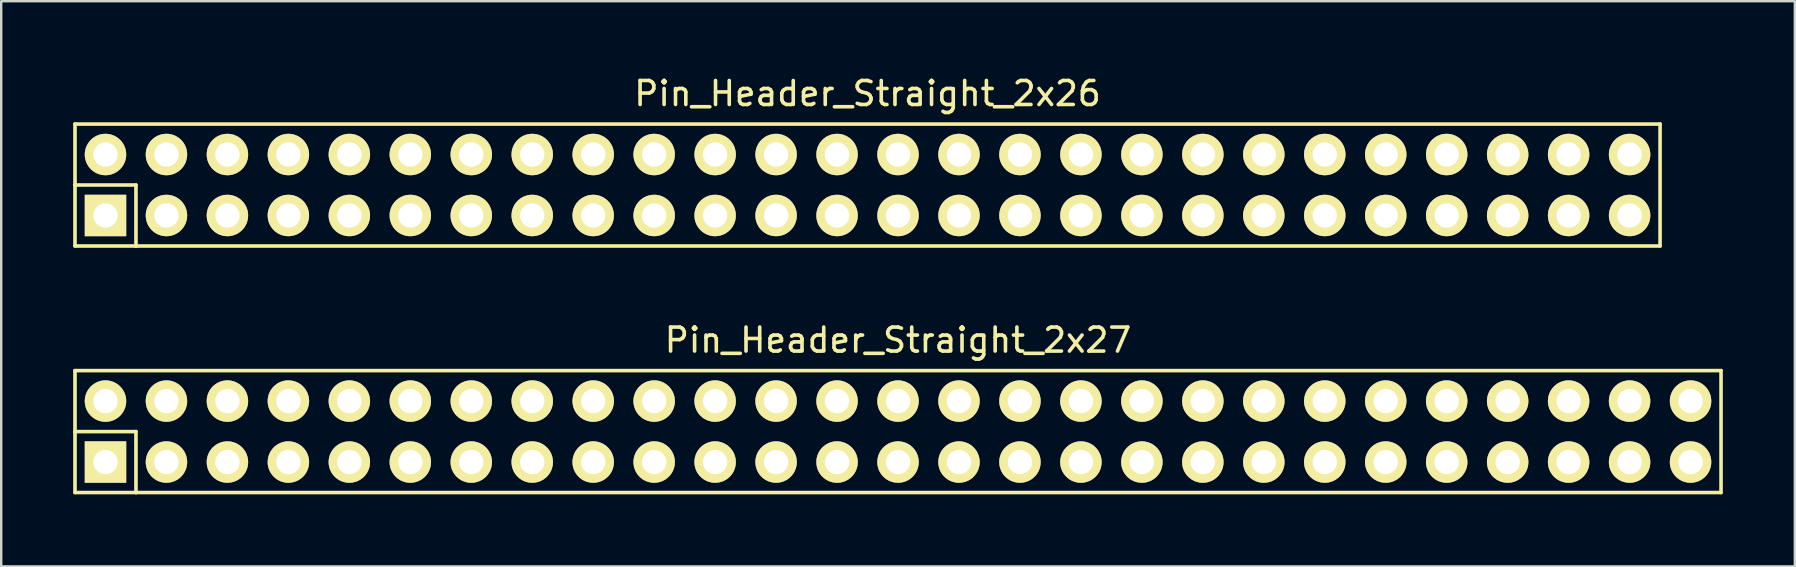
<source format=kicad_pcb>
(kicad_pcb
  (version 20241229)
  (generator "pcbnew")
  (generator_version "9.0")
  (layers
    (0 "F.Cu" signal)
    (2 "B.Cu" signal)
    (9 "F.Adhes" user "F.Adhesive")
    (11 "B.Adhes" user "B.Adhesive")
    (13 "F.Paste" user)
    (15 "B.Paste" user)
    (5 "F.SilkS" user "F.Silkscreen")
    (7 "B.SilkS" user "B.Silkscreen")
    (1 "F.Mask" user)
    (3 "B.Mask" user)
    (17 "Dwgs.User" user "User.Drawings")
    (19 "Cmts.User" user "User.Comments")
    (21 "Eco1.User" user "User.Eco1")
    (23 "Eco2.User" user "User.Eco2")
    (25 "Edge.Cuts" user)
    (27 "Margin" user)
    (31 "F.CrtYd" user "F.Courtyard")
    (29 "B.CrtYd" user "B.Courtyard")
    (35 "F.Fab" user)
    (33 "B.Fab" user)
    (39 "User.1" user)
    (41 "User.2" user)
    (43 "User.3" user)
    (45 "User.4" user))
  (footprint "Pin_Header_Straight_2x27"
    (layer "F.Cu")
    (at 34.365 14.931)
    (property "Reference" "Pin_Header_Straight_2x27" (at 0 -3.81 0) (layer "F.SilkS") (effects (font (size 1 1) (thickness 0.15))))
    (attr through_hole)
    (fp_line (start -34.29 -2.54) (end -34.29 0) (stroke (width 0.15) (type solid)) (layer "F.SilkS"))
    (fp_line (start -34.29 0) (end -31.75 0) (stroke (width 0.15) (type solid)) (layer "F.SilkS"))
    (fp_line (start -34.29 2.54) (end -34.29 0) (stroke (width 0.15) (type solid)) (layer "F.SilkS"))
    (fp_line (start -34.29 2.54) (end -31.75 2.54) (stroke (width 0.15) (type solid)) (layer "F.SilkS"))
    (fp_line (start -31.75 0) (end -31.75 2.54) (stroke (width 0.15) (type solid)) (layer "F.SilkS"))
    (fp_line (start -31.75 2.54) (end 34.29 2.54) (stroke (width 0.15) (type solid)) (layer "F.SilkS"))
    (fp_line (start 34.29 -2.54) (end -34.29 -2.54) (stroke (width 0.15) (type solid)) (layer "F.SilkS"))
    (fp_line (start 34.29 -2.54) (end 34.29 2.54) (stroke (width 0.15) (type solid)) (layer "F.SilkS"))
    (pad "1" thru_hole rect (at -33.02 1.27) (size 1.727 1.727) (drill 1.016) (layers "*.Cu" "*.Mask" "F.SilkS"))
    (pad "2" thru_hole oval (at -33.02 -1.27) (size 1.727 1.727) (drill 1.016) (layers "*.Cu" "*.Mask" "F.SilkS"))
    (pad "3" thru_hole oval (at -30.48 1.27) (size 1.727 1.727) (drill 1.016) (layers "*.Cu" "*.Mask" "F.SilkS"))
    (pad "4" thru_hole oval (at -30.48 -1.27) (size 1.727 1.727) (drill 1.016) (layers "*.Cu" "*.Mask" "F.SilkS"))
    (pad "5" thru_hole oval (at -27.94 1.27) (size 1.727 1.727) (drill 1.016) (layers "*.Cu" "*.Mask" "F.SilkS"))
    (pad "6" thru_hole oval (at -27.94 -1.27) (size 1.727 1.727) (drill 1.016) (layers "*.Cu" "*.Mask" "F.SilkS"))
    (pad "7" thru_hole oval (at -25.4 1.27) (size 1.727 1.727) (drill 1.016) (layers "*.Cu" "*.Mask" "F.SilkS"))
    (pad "8" thru_hole oval (at -25.4 -1.27) (size 1.727 1.727) (drill 1.016) (layers "*.Cu" "*.Mask" "F.SilkS"))
    (pad "9" thru_hole oval (at -22.86 1.27) (size 1.727 1.727) (drill 1.016) (layers "*.Cu" "*.Mask" "F.SilkS"))
    (pad "10" thru_hole oval (at -22.86 -1.27) (size 1.727 1.727) (drill 1.016) (layers "*.Cu" "*.Mask" "F.SilkS"))
    (pad "11" thru_hole oval (at -20.32 1.27) (size 1.727 1.727) (drill 1.016) (layers "*.Cu" "*.Mask" "F.SilkS"))
    (pad "12" thru_hole oval (at -20.32 -1.27) (size 1.727 1.727) (drill 1.016) (layers "*.Cu" "*.Mask" "F.SilkS"))
    (pad "13" thru_hole oval (at -17.78 1.27) (size 1.727 1.727) (drill 1.016) (layers "*.Cu" "*.Mask" "F.SilkS"))
    (pad "14" thru_hole oval (at -17.78 -1.27) (size 1.727 1.727) (drill 1.016) (layers "*.Cu" "*.Mask" "F.SilkS"))
    (pad "15" thru_hole oval (at -15.24 1.27) (size 1.727 1.727) (drill 1.016) (layers "*.Cu" "*.Mask" "F.SilkS"))
    (pad "16" thru_hole oval (at -15.24 -1.27) (size 1.727 1.727) (drill 1.016) (layers "*.Cu" "*.Mask" "F.SilkS"))
    (pad "17" thru_hole oval (at -12.7 1.27) (size 1.727 1.727) (drill 1.016) (layers "*.Cu" "*.Mask" "F.SilkS"))
    (pad "18" thru_hole oval (at -12.7 -1.27) (size 1.727 1.727) (drill 1.016) (layers "*.Cu" "*.Mask" "F.SilkS"))
    (pad "19" thru_hole oval (at -10.16 1.27) (size 1.727 1.727) (drill 1.016) (layers "*.Cu" "*.Mask" "F.SilkS"))
    (pad "20" thru_hole oval (at -10.16 -1.27) (size 1.727 1.727) (drill 1.016) (layers "*.Cu" "*.Mask" "F.SilkS"))
    (pad "21" thru_hole oval (at -7.62 1.27) (size 1.727 1.727) (drill 1.016) (layers "*.Cu" "*.Mask" "F.SilkS"))
    (pad "22" thru_hole oval (at -7.62 -1.27) (size 1.727 1.727) (drill 1.016) (layers "*.Cu" "*.Mask" "F.SilkS"))
    (pad "23" thru_hole oval (at -5.08 1.27) (size 1.727 1.727) (drill 1.016) (layers "*.Cu" "*.Mask" "F.SilkS"))
    (pad "24" thru_hole oval (at -5.08 -1.27) (size 1.727 1.727) (drill 1.016) (layers "*.Cu" "*.Mask" "F.SilkS"))
    (pad "25" thru_hole oval (at -2.54 1.27) (size 1.727 1.727) (drill 1.016) (layers "*.Cu" "*.Mask" "F.SilkS"))
    (pad "26" thru_hole oval (at -2.54 -1.27) (size 1.727 1.727) (drill 1.016) (layers "*.Cu" "*.Mask" "F.SilkS"))
    (pad "27" thru_hole oval (at 0 1.27) (size 1.727 1.727) (drill 1.016) (layers "*.Cu" "*.Mask" "F.SilkS"))
    (pad "28" thru_hole oval (at 0 -1.27) (size 1.727 1.727) (drill 1.016) (layers "*.Cu" "*.Mask" "F.SilkS"))
    (pad "29" thru_hole oval (at 2.54 1.27) (size 1.727 1.727) (drill 1.016) (layers "*.Cu" "*.Mask" "F.SilkS"))
    (pad "30" thru_hole oval (at 2.54 -1.27) (size 1.727 1.727) (drill 1.016) (layers "*.Cu" "*.Mask" "F.SilkS"))
    (pad "31" thru_hole oval (at 5.08 1.27) (size 1.727 1.727) (drill 1.016) (layers "*.Cu" "*.Mask" "F.SilkS"))
    (pad "32" thru_hole oval (at 5.08 -1.27) (size 1.727 1.727) (drill 1.016) (layers "*.Cu" "*.Mask" "F.SilkS"))
    (pad "33" thru_hole oval (at 7.62 1.27) (size 1.727 1.727) (drill 1.016) (layers "*.Cu" "*.Mask" "F.SilkS"))
    (pad "34" thru_hole oval (at 7.62 -1.27) (size 1.727 1.727) (drill 1.016) (layers "*.Cu" "*.Mask" "F.SilkS"))
    (pad "35" thru_hole oval (at 10.16 1.27) (size 1.727 1.727) (drill 1.016) (layers "*.Cu" "*.Mask" "F.SilkS"))
    (pad "36" thru_hole oval (at 10.16 -1.27) (size 1.727 1.727) (drill 1.016) (layers "*.Cu" "*.Mask" "F.SilkS"))
    (pad "37" thru_hole oval (at 12.7 1.27) (size 1.727 1.727) (drill 1.016) (layers "*.Cu" "*.Mask" "F.SilkS"))
    (pad "38" thru_hole oval (at 12.7 -1.27) (size 1.727 1.727) (drill 1.016) (layers "*.Cu" "*.Mask" "F.SilkS"))
    (pad "39" thru_hole oval (at 15.24 1.27) (size 1.727 1.727) (drill 1.016) (layers "*.Cu" "*.Mask" "F.SilkS"))
    (pad "40" thru_hole oval (at 15.24 -1.27) (size 1.727 1.727) (drill 1.016) (layers "*.Cu" "*.Mask" "F.SilkS"))
    (pad "41" thru_hole oval (at 17.78 1.27) (size 1.727 1.727) (drill 1.016) (layers "*.Cu" "*.Mask" "F.SilkS"))
    (pad "42" thru_hole oval (at 17.78 -1.27) (size 1.727 1.727) (drill 1.016) (layers "*.Cu" "*.Mask" "F.SilkS"))
    (pad "43" thru_hole oval (at 20.32 1.27) (size 1.727 1.727) (drill 1.016) (layers "*.Cu" "*.Mask" "F.SilkS"))
    (pad "44" thru_hole oval (at 20.32 -1.27) (size 1.727 1.727) (drill 1.016) (layers "*.Cu" "*.Mask" "F.SilkS"))
    (pad "45" thru_hole oval (at 22.86 1.27) (size 1.727 1.727) (drill 1.016) (layers "*.Cu" "*.Mask" "F.SilkS"))
    (pad "46" thru_hole oval (at 22.86 -1.27) (size 1.727 1.727) (drill 1.016) (layers "*.Cu" "*.Mask" "F.SilkS"))
    (pad "47" thru_hole oval (at 25.4 1.27) (size 1.727 1.727) (drill 1.016) (layers "*.Cu" "*.Mask" "F.SilkS"))
    (pad "48" thru_hole oval (at 25.4 -1.27) (size 1.727 1.727) (drill 1.016) (layers "*.Cu" "*.Mask" "F.SilkS"))
    (pad "49" thru_hole oval (at 27.94 1.27) (size 1.727 1.727) (drill 1.016) (layers "*.Cu" "*.Mask" "F.SilkS"))
    (pad "50" thru_hole oval (at 27.94 -1.27) (size 1.727 1.727) (drill 1.016) (layers "*.Cu" "*.Mask" "F.SilkS"))
    (pad "51" thru_hole oval (at 30.48 1.27) (size 1.727 1.727) (drill 1.016) (layers "*.Cu" "*.Mask" "F.SilkS"))
    (pad "52" thru_hole oval (at 30.48 -1.27) (size 1.727 1.727) (drill 1.016) (layers "*.Cu" "*.Mask" "F.SilkS"))
    (pad "53" thru_hole oval (at 33.02 1.27) (size 1.727 1.727) (drill 1.016) (layers "*.Cu" "*.Mask" "F.SilkS"))
    (pad "54" thru_hole oval (at 33.02 -1.27) (size 1.727 1.727) (drill 1.016) (layers "*.Cu" "*.Mask" "F.SilkS")))
  (footprint "Pin_Header_Straight_2x26"
    (layer "F.Cu")
    (at 33.095 4.658)
    (property "Reference" "Pin_Header_Straight_2x26" (at 0 -3.81 0) (layer "F.SilkS") (effects (font (size 1 1) (thickness 0.15))))
    (attr through_hole)
    (fp_line (start -33.02 -2.54) (end -33.02 0) (stroke (width 0.15) (type solid)) (layer "F.SilkS"))
    (fp_line (start -33.02 -2.54) (end 33.02 -2.54) (stroke (width 0.15) (type solid)) (layer "F.SilkS"))
    (fp_line (start -33.02 0) (end -30.48 0) (stroke (width 0.15) (type solid)) (layer "F.SilkS"))
    (fp_line (start -33.02 2.54) (end -33.02 0) (stroke (width 0.15) (type solid)) (layer "F.SilkS"))
    (fp_line (start -33.02 2.54) (end -30.48 2.54) (stroke (width 0.15) (type solid)) (layer "F.SilkS"))
    (fp_line (start -30.48 0) (end -30.48 2.54) (stroke (width 0.15) (type solid)) (layer "F.SilkS"))
    (fp_line (start 33.02 -2.54) (end 33.02 2.54) (stroke (width 0.15) (type solid)) (layer "F.SilkS"))
    (fp_line (start 33.02 2.54) (end -30.48 2.54) (stroke (width 0.15) (type solid)) (layer "F.SilkS"))
    (pad "1" thru_hole rect (at -31.75 1.27) (size 1.727 1.727) (drill 1.016) (layers "*.Cu" "*.Mask" "F.SilkS"))
    (pad "2" thru_hole oval (at -31.75 -1.27) (size 1.727 1.727) (drill 1.016) (layers "*.Cu" "*.Mask" "F.SilkS"))
    (pad "3" thru_hole oval (at -29.21 1.27) (size 1.727 1.727) (drill 1.016) (layers "*.Cu" "*.Mask" "F.SilkS"))
    (pad "4" thru_hole oval (at -29.21 -1.27) (size 1.727 1.727) (drill 1.016) (layers "*.Cu" "*.Mask" "F.SilkS"))
    (pad "5" thru_hole oval (at -26.67 1.27) (size 1.727 1.727) (drill 1.016) (layers "*.Cu" "*.Mask" "F.SilkS"))
    (pad "6" thru_hole oval (at -26.67 -1.27) (size 1.727 1.727) (drill 1.016) (layers "*.Cu" "*.Mask" "F.SilkS"))
    (pad "7" thru_hole oval (at -24.13 1.27) (size 1.727 1.727) (drill 1.016) (layers "*.Cu" "*.Mask" "F.SilkS"))
    (pad "8" thru_hole oval (at -24.13 -1.27) (size 1.727 1.727) (drill 1.016) (layers "*.Cu" "*.Mask" "F.SilkS"))
    (pad "9" thru_hole oval (at -21.59 1.27) (size 1.727 1.727) (drill 1.016) (layers "*.Cu" "*.Mask" "F.SilkS"))
    (pad "10" thru_hole oval (at -21.59 -1.27) (size 1.727 1.727) (drill 1.016) (layers "*.Cu" "*.Mask" "F.SilkS"))
    (pad "11" thru_hole oval (at -19.05 1.27) (size 1.727 1.727) (drill 1.016) (layers "*.Cu" "*.Mask" "F.SilkS"))
    (pad "12" thru_hole oval (at -19.05 -1.27) (size 1.727 1.727) (drill 1.016) (layers "*.Cu" "*.Mask" "F.SilkS"))
    (pad "13" thru_hole oval (at -16.51 1.27) (size 1.727 1.727) (drill 1.016) (layers "*.Cu" "*.Mask" "F.SilkS"))
    (pad "14" thru_hole oval (at -16.51 -1.27) (size 1.727 1.727) (drill 1.016) (layers "*.Cu" "*.Mask" "F.SilkS"))
    (pad "15" thru_hole oval (at -13.97 1.27) (size 1.727 1.727) (drill 1.016) (layers "*.Cu" "*.Mask" "F.SilkS"))
    (pad "16" thru_hole oval (at -13.97 -1.27) (size 1.727 1.727) (drill 1.016) (layers "*.Cu" "*.Mask" "F.SilkS"))
    (pad "17" thru_hole oval (at -11.43 1.27) (size 1.727 1.727) (drill 1.016) (layers "*.Cu" "*.Mask" "F.SilkS"))
    (pad "18" thru_hole oval (at -11.43 -1.27) (size 1.727 1.727) (drill 1.016) (layers "*.Cu" "*.Mask" "F.SilkS"))
    (pad "19" thru_hole oval (at -8.89 1.27) (size 1.727 1.727) (drill 1.016) (layers "*.Cu" "*.Mask" "F.SilkS"))
    (pad "20" thru_hole oval (at -8.89 -1.27) (size 1.727 1.727) (drill 1.016) (layers "*.Cu" "*.Mask" "F.SilkS"))
    (pad "21" thru_hole oval (at -6.35 1.27) (size 1.727 1.727) (drill 1.016) (layers "*.Cu" "*.Mask" "F.SilkS"))
    (pad "22" thru_hole oval (at -6.35 -1.27) (size 1.727 1.727) (drill 1.016) (layers "*.Cu" "*.Mask" "F.SilkS"))
    (pad "23" thru_hole oval (at -3.81 1.27) (size 1.727 1.727) (drill 1.016) (layers "*.Cu" "*.Mask" "F.SilkS"))
    (pad "24" thru_hole oval (at -3.81 -1.27) (size 1.727 1.727) (drill 1.016) (layers "*.Cu" "*.Mask" "F.SilkS"))
    (pad "25" thru_hole oval (at -1.27 1.27) (size 1.727 1.727) (drill 1.016) (layers "*.Cu" "*.Mask" "F.SilkS"))
    (pad "26" thru_hole oval (at -1.27 -1.27) (size 1.727 1.727) (drill 1.016) (layers "*.Cu" "*.Mask" "F.SilkS"))
    (pad "27" thru_hole oval (at 1.27 1.27) (size 1.727 1.727) (drill 1.016) (layers "*.Cu" "*.Mask" "F.SilkS"))
    (pad "28" thru_hole oval (at 1.27 -1.27) (size 1.727 1.727) (drill 1.016) (layers "*.Cu" "*.Mask" "F.SilkS"))
    (pad "29" thru_hole oval (at 3.81 1.27) (size 1.727 1.727) (drill 1.016) (layers "*.Cu" "*.Mask" "F.SilkS"))
    (pad "30" thru_hole oval (at 3.81 -1.27) (size 1.727 1.727) (drill 1.016) (layers "*.Cu" "*.Mask" "F.SilkS"))
    (pad "31" thru_hole oval (at 6.35 1.27) (size 1.727 1.727) (drill 1.016) (layers "*.Cu" "*.Mask" "F.SilkS"))
    (pad "32" thru_hole oval (at 6.35 -1.27) (size 1.727 1.727) (drill 1.016) (layers "*.Cu" "*.Mask" "F.SilkS"))
    (pad "33" thru_hole oval (at 8.89 1.27) (size 1.727 1.727) (drill 1.016) (layers "*.Cu" "*.Mask" "F.SilkS"))
    (pad "34" thru_hole oval (at 8.89 -1.27) (size 1.727 1.727) (drill 1.016) (layers "*.Cu" "*.Mask" "F.SilkS"))
    (pad "35" thru_hole oval (at 11.43 1.27) (size 1.727 1.727) (drill 1.016) (layers "*.Cu" "*.Mask" "F.SilkS"))
    (pad "36" thru_hole oval (at 11.43 -1.27) (size 1.727 1.727) (drill 1.016) (layers "*.Cu" "*.Mask" "F.SilkS"))
    (pad "37" thru_hole oval (at 13.97 1.27) (size 1.727 1.727) (drill 1.016) (layers "*.Cu" "*.Mask" "F.SilkS"))
    (pad "38" thru_hole oval (at 13.97 -1.27) (size 1.727 1.727) (drill 1.016) (layers "*.Cu" "*.Mask" "F.SilkS"))
    (pad "39" thru_hole oval (at 16.51 1.27) (size 1.727 1.727) (drill 1.016) (layers "*.Cu" "*.Mask" "F.SilkS"))
    (pad "40" thru_hole oval (at 16.51 -1.27) (size 1.727 1.727) (drill 1.016) (layers "*.Cu" "*.Mask" "F.SilkS"))
    (pad "41" thru_hole oval (at 19.05 1.27) (size 1.727 1.727) (drill 1.016) (layers "*.Cu" "*.Mask" "F.SilkS"))
    (pad "42" thru_hole oval (at 19.05 -1.27) (size 1.727 1.727) (drill 1.016) (layers "*.Cu" "*.Mask" "F.SilkS"))
    (pad "43" thru_hole oval (at 21.59 1.27) (size 1.727 1.727) (drill 1.016) (layers "*.Cu" "*.Mask" "F.SilkS"))
    (pad "44" thru_hole oval (at 21.59 -1.27) (size 1.727 1.727) (drill 1.016) (layers "*.Cu" "*.Mask" "F.SilkS"))
    (pad "45" thru_hole oval (at 24.13 1.27) (size 1.727 1.727) (drill 1.016) (layers "*.Cu" "*.Mask" "F.SilkS"))
    (pad "46" thru_hole oval (at 24.13 -1.27) (size 1.727 1.727) (drill 1.016) (layers "*.Cu" "*.Mask" "F.SilkS"))
    (pad "47" thru_hole oval (at 26.67 1.27) (size 1.727 1.727) (drill 1.016) (layers "*.Cu" "*.Mask" "F.SilkS"))
    (pad "48" thru_hole oval (at 26.67 -1.27) (size 1.727 1.727) (drill 1.016) (layers "*.Cu" "*.Mask" "F.SilkS"))
    (pad "49" thru_hole oval (at 29.21 1.27) (size 1.727 1.727) (drill 1.016) (layers "*.Cu" "*.Mask" "F.SilkS"))
    (pad "50" thru_hole oval (at 29.21 -1.27) (size 1.727 1.727) (drill 1.016) (layers "*.Cu" "*.Mask" "F.SilkS"))
    (pad "51" thru_hole oval (at 31.75 1.27) (size 1.727 1.727) (drill 1.016) (layers "*.Cu" "*.Mask" "F.SilkS"))
    (pad "52" thru_hole oval (at 31.75 -1.27) (size 1.727 1.727) (drill 1.016) (layers "*.Cu" "*.Mask" "F.SilkS")))
  (gr_rect
    (start -3 -3)
    (end 71.73 20.547)
    (stroke (width 0.1) (type default))
    (fill no)
    (layer "Edge.Cuts")))
</source>
